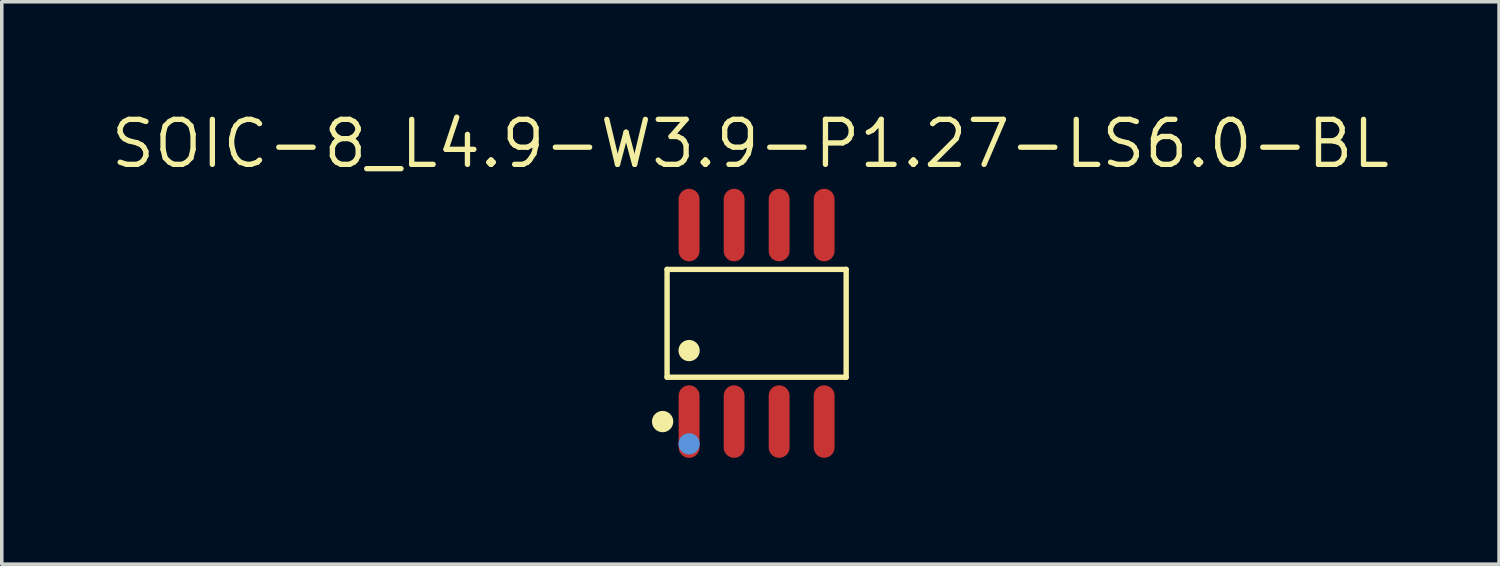
<source format=kicad_pcb>
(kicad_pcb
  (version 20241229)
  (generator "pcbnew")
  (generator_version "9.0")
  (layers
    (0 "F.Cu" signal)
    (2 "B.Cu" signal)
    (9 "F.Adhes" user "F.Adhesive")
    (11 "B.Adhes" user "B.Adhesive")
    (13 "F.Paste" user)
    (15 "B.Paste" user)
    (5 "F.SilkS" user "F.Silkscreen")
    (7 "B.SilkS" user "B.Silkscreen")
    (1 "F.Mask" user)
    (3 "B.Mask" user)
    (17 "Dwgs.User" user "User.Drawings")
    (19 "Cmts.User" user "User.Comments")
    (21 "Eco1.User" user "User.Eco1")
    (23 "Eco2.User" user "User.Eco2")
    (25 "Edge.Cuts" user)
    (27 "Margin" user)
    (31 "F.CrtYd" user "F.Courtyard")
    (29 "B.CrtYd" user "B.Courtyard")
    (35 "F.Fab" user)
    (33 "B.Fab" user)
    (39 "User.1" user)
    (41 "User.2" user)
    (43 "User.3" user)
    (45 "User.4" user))
  (footprint "SOIC-8_L4.9-W3.9-P1.27-LS6.0-BL"
    (layer "F.Cu")
    (at 18.295 6.071)
    (property "Reference" "SOIC-8_L4.9-W3.9-P1.27-LS6.0-BL" (at -0.175 -5.064 0) (layer "F.SilkS") (effects (font (size 1.27 1.27) (thickness 0.15))))
    (attr smd)
    (fp_line (start -2.526 -1.521) (end 2.526 -1.521) (stroke (width 0.152) (type solid)) (layer "F.SilkS"))
    (fp_line (start -2.526 1.521) (end -2.526 -1.521) (stroke (width 0.152) (type solid)) (layer "F.SilkS"))
    (fp_line (start 2.526 -1.521) (end 2.526 1.521) (stroke (width 0.152) (type solid)) (layer "F.SilkS"))
    (fp_line (start 2.526 1.521) (end -2.526 1.521) (stroke (width 0.152) (type solid)) (layer "F.SilkS"))
    (fp_circle (center -2.652 2.772) (end -2.501 2.772) (stroke (width 0.3) (type solid)) (fill no) (layer "F.SilkS"))
    (fp_circle (center -1.905 0.769) (end -1.755 0.769) (stroke (width 0.3) (type solid)) (fill no) (layer "F.SilkS"))
    (fp_circle (center -1.905 3.4) (end -1.755 3.4) (stroke (width 0.3) (type solid)) (fill no) (layer "Cmts.User"))
    (fp_text user "" (at 0 0 0) (layer "Cmts.User") (effects (font (size 1 1) (thickness 0.15))))
    (pad "1" smd oval (at -1.905 2.772) (size 0.588 2.045) (layers "F.Cu" "F.Mask" "F.Paste"))
    (pad "2" smd oval (at -0.635 2.772) (size 0.588 2.045) (layers "F.Cu" "F.Mask" "F.Paste"))
    (pad "3" smd oval (at 0.635 2.772) (size 0.588 2.045) (layers "F.Cu" "F.Mask" "F.Paste"))
    (pad "4" smd oval (at 1.905 2.772) (size 0.588 2.045) (layers "F.Cu" "F.Mask" "F.Paste"))
    (pad "5" smd oval (at 1.905 -2.772) (size 0.588 2.045) (layers "F.Cu" "F.Mask" "F.Paste"))
    (pad "6" smd oval (at 0.635 -2.772) (size 0.588 2.045) (layers "F.Cu" "F.Mask" "F.Paste"))
    (pad "7" smd oval (at -0.635 -2.772) (size 0.588 2.045) (layers "F.Cu" "F.Mask" "F.Paste"))
    (pad "8" smd oval (at -1.905 -2.772) (size 0.588 2.045) (layers "F.Cu" "F.Mask" "F.Paste")))
  (gr_rect
    (start -3 -3)
    (end 39.24 12.865)
    (stroke (width 0.1) (type default))
    (fill no)
    (layer "Edge.Cuts")))
</source>
